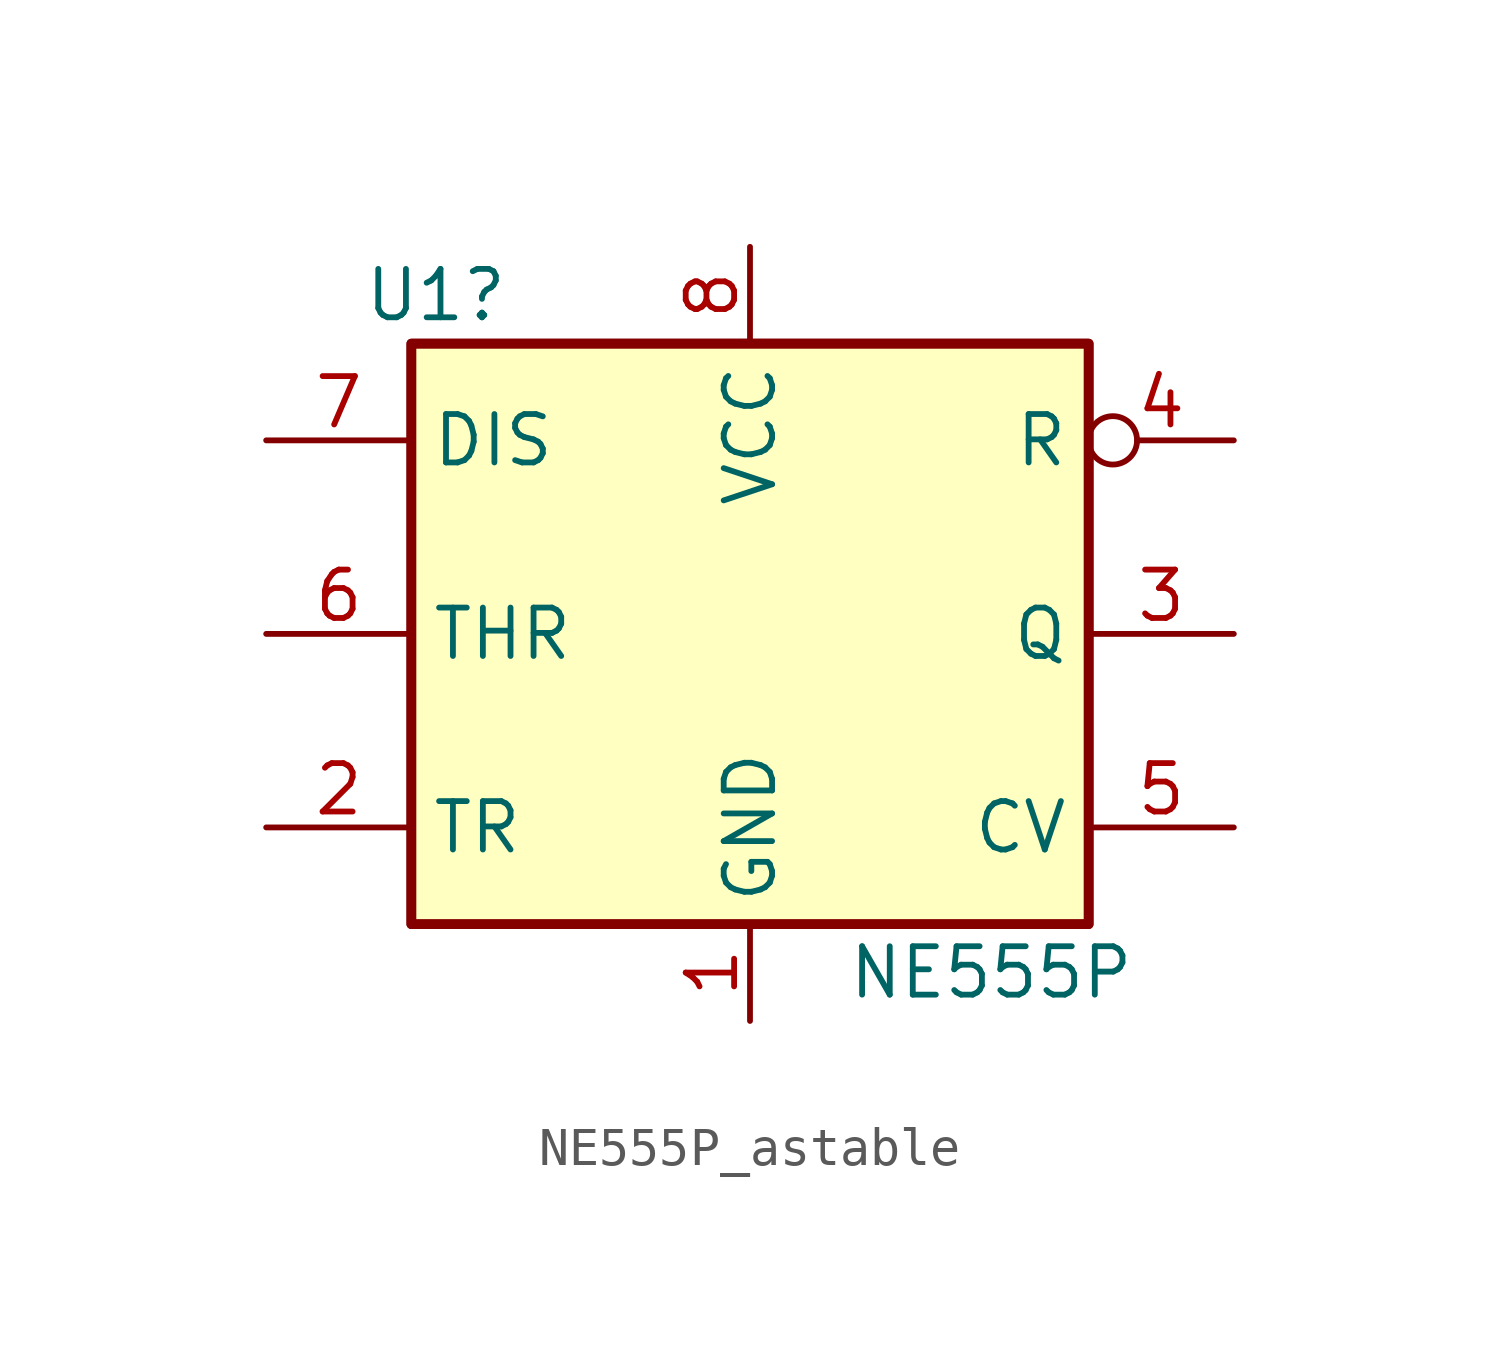
<source format=kicad_sym>
(kicad_symbol_lib
  (version 20211014)
  (generator kicad_symbol_editor)
  (symbol "NE555P_astable"
    (property "Reference" "U1"
      (at -10.16 8.89 0)
      (effects (font (size 1.27 1.27)) (justify left)))
    (property "Value" "NE555P"
      (at 2.54 -8.89 0)
      (effects (font (size 1.27 1.27)) (justify left)))
    (symbol "NE555P_astable_0_0"
      (pin power_in line (at 0 -10.16 90) (length 2.54) (name "GND" (effects (font (size 1.27 1.27)))) (number "1" (effects (font (size 1.27 1.27)))))
      (pin power_in line (at 0 10.16 270) (length 2.54) (name "VCC" (effects (font (size 1.27 1.27)))) (number "8" (effects (font (size 1.27 1.27))))))
    (symbol "NE555P_astable_0_1"
      (rectangle (start -8.89 -7.62) (end 8.89 7.62) (stroke (width 0.254) (type default) (color 0 0 0 0)) (fill (type background)))
      (rectangle (start -8.89 -7.62) (end 8.89 7.62) (stroke (width 0.254) (type default) (color 0 0 0 0)) (fill (type background))))
    (symbol "NE555P_astable_1_1"
      (pin input line (at -12.7 -5.08 0) (length 3.81) (name "TR" (effects (font (size 1.27 1.27)))) (number "2" (effects (font (size 1.27 1.27)))))
      (pin output line (at 12.7 0 180) (length 3.81) (name "Q" (effects (font (size 1.27 1.27)))) (number "3" (effects (font (size 1.27 1.27)))))
      (pin input inverted (at 12.7 5.08 180) (length 3.81) (name "R" (effects (font (size 1.27 1.27)))) (number "4" (effects (font (size 1.27 1.27)))))
      (pin input line (at 12.7 -5.08 180) (length 3.81) (name "CV" (effects (font (size 1.27 1.27)))) (number "5" (effects (font (size 1.27 1.27)))))
      (pin input line (at -12.7 0 0) (length 3.81) (name "THR" (effects (font (size 1.27 1.27)))) (number "6" (effects (font (size 1.27 1.27)))))
      (pin input line (at -12.7 5.08 0) (length 3.81) (name "DIS" (effects (font (size 1.27 1.27)))) (number "7" (effects (font (size 1.27 1.27))))))))
</source>
